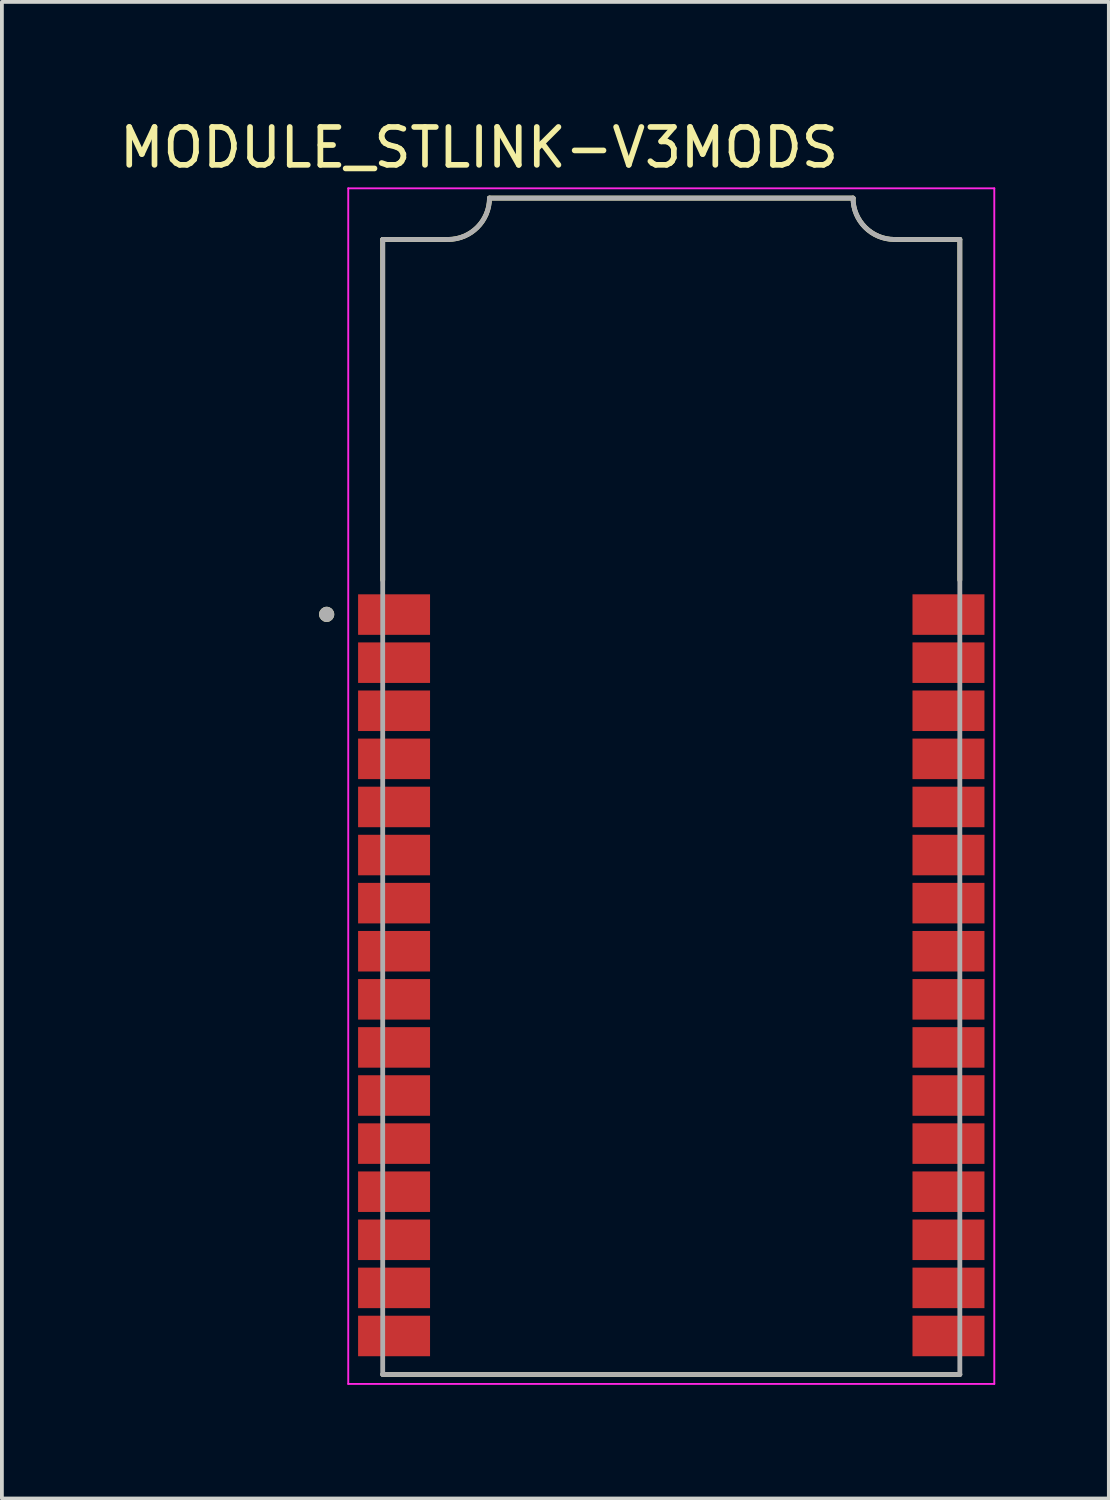
<source format=kicad_pcb>
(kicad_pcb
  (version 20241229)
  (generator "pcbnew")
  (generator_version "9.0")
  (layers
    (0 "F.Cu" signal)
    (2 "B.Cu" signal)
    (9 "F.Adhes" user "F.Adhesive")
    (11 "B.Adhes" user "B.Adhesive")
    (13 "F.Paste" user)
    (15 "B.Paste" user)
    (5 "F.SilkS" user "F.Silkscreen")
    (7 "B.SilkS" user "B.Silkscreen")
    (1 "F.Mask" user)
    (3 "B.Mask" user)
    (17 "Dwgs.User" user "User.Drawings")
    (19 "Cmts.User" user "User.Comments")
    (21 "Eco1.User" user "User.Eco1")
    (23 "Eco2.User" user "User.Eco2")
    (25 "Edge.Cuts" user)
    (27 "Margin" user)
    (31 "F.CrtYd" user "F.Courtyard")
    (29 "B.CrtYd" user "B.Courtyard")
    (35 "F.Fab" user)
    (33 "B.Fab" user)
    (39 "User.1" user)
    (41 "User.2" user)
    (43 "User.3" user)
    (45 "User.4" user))
  (footprint "MODULE_STLINK-V3MODS"
    (layer "F.Cu")
    (at 14.676 3.273)
    (property "Reference" "MODULE_STLINK-V3MODS" (at -5.075 -2.425 0) (layer "F.SilkS") (effects (font (size 1 1) (thickness 0.15))))
    (attr smd)
    (fp_line (start -7.62 0) (end -5.893 0) (stroke (width 0.127) (type solid)) (layer "F.SilkS"))
    (fp_line (start -7.62 8.995) (end -7.62 0) (stroke (width 0.127) (type solid)) (layer "F.SilkS"))
    (fp_line (start -7.62 29.972) (end 7.62 29.972) (stroke (width 0.127) (type solid)) (layer "F.SilkS"))
    (fp_line (start -4.801 -1.092) (end 4.801 -1.092) (stroke (width 0.127) (type solid)) (layer "F.SilkS"))
    (fp_line (start 5.893 0) (end 7.62 0) (stroke (width 0.127) (type solid)) (layer "F.SilkS"))
    (fp_line (start 7.62 8.995) (end 7.62 0) (stroke (width 0.127) (type solid)) (layer "F.SilkS"))
    (fp_arc (start -4.8006 -1.0922) (mid -5.120498 -0.319898) (end -5.8928 0) (stroke (width 0.127) (type solid)) (layer "F.SilkS"))
    (fp_arc (start 5.8928 0) (mid 5.120498 -0.319898) (end 4.8006 -1.0922) (stroke (width 0.127) (type solid)) (layer "F.SilkS"))
    (fp_circle (center -9.1 9.9) (end -9 9.9) (stroke (width 0.2) (type solid)) (fill no) (layer "F.SilkS"))
    (fp_line (start -8.53 -1.35) (end 8.53 -1.35) (stroke (width 0.05) (type solid)) (layer "F.CrtYd"))
    (fp_line (start -8.53 30.222) (end -8.53 -1.35) (stroke (width 0.05) (type solid)) (layer "F.CrtYd"))
    (fp_line (start 8.53 -1.35) (end 8.53 30.222) (stroke (width 0.05) (type solid)) (layer "F.CrtYd"))
    (fp_line (start 8.53 30.222) (end -8.53 30.222) (stroke (width 0.05) (type solid)) (layer "F.CrtYd"))
    (fp_line (start -7.62 0) (end -5.893 0) (stroke (width 0.127) (type solid)) (layer "F.Fab"))
    (fp_line (start -7.62 29.972) (end -7.62 0) (stroke (width 0.127) (type solid)) (layer "F.Fab"))
    (fp_line (start -7.62 29.972) (end 7.62 29.972) (stroke (width 0.127) (type solid)) (layer "F.Fab"))
    (fp_line (start -4.801 -1.092) (end 4.801 -1.092) (stroke (width 0.127) (type solid)) (layer "F.Fab"))
    (fp_line (start 5.893 0) (end 7.62 0) (stroke (width 0.127) (type solid)) (layer "F.Fab"))
    (fp_line (start 7.62 29.972) (end 7.62 0) (stroke (width 0.127) (type solid)) (layer "F.Fab"))
    (fp_arc (start -4.8006 -1.0922) (mid -5.120498 -0.319898) (end -5.8928 0) (stroke (width 0.127) (type solid)) (layer "F.Fab"))
    (fp_arc (start 5.8928 0) (mid 5.120498 -0.319898) (end 4.8006 -1.0922) (stroke (width 0.127) (type solid)) (layer "F.Fab"))
    (fp_circle (center -9.1 9.9) (end -9 9.9) (stroke (width 0.2) (type solid)) (fill no) (layer "F.Fab"))
    (pad "1" smd rect (at -7.32 9.906) (size 1.9 1.07) (layers "F.Cu" "F.Mask" "F.Paste"))
    (pad "2" smd rect (at -7.32 11.176) (size 1.9 1.07) (layers "F.Cu" "F.Mask" "F.Paste"))
    (pad "3" smd rect (at -7.32 12.446) (size 1.9 1.07) (layers "F.Cu" "F.Mask" "F.Paste"))
    (pad "4" smd rect (at -7.32 13.716) (size 1.9 1.07) (layers "F.Cu" "F.Mask" "F.Paste"))
    (pad "5" smd rect (at -7.32 14.986) (size 1.9 1.07) (layers "F.Cu" "F.Mask" "F.Paste"))
    (pad "6" smd rect (at -7.32 16.256) (size 1.9 1.07) (layers "F.Cu" "F.Mask" "F.Paste"))
    (pad "7" smd rect (at -7.32 17.526) (size 1.9 1.07) (layers "F.Cu" "F.Mask" "F.Paste"))
    (pad "8" smd rect (at -7.32 18.796) (size 1.9 1.07) (layers "F.Cu" "F.Mask" "F.Paste"))
    (pad "9" smd rect (at -7.32 20.066) (size 1.9 1.07) (layers "F.Cu" "F.Mask" "F.Paste"))
    (pad "10" smd rect (at -7.32 21.336) (size 1.9 1.07) (layers "F.Cu" "F.Mask" "F.Paste"))
    (pad "11" smd rect (at -7.32 22.606) (size 1.9 1.07) (layers "F.Cu" "F.Mask" "F.Paste"))
    (pad "12" smd rect (at -7.32 23.876) (size 1.9 1.07) (layers "F.Cu" "F.Mask" "F.Paste"))
    (pad "13" smd rect (at -7.32 25.146) (size 1.9 1.07) (layers "F.Cu" "F.Mask" "F.Paste"))
    (pad "14" smd rect (at -7.32 26.416) (size 1.9 1.07) (layers "F.Cu" "F.Mask" "F.Paste"))
    (pad "15" smd rect (at -7.32 27.686) (size 1.9 1.07) (layers "F.Cu" "F.Mask" "F.Paste"))
    (pad "16" smd rect (at -7.32 28.956) (size 1.9 1.07) (layers "F.Cu" "F.Mask" "F.Paste"))
    (pad "17" smd rect (at 7.32 28.956 180) (size 1.9 1.07) (layers "F.Cu" "F.Mask" "F.Paste"))
    (pad "18" smd rect (at 7.32 27.686 180) (size 1.9 1.07) (layers "F.Cu" "F.Mask" "F.Paste"))
    (pad "19" smd rect (at 7.32 26.416 180) (size 1.9 1.07) (layers "F.Cu" "F.Mask" "F.Paste"))
    (pad "20" smd rect (at 7.32 25.146 180) (size 1.9 1.07) (layers "F.Cu" "F.Mask" "F.Paste"))
    (pad "21" smd rect (at 7.32 23.876 180) (size 1.9 1.07) (layers "F.Cu" "F.Mask" "F.Paste"))
    (pad "22" smd rect (at 7.32 22.606 180) (size 1.9 1.07) (layers "F.Cu" "F.Mask" "F.Paste"))
    (pad "23" smd rect (at 7.32 21.336 180) (size 1.9 1.07) (layers "F.Cu" "F.Mask" "F.Paste"))
    (pad "24" smd rect (at 7.32 20.066 180) (size 1.9 1.07) (layers "F.Cu" "F.Mask" "F.Paste"))
    (pad "25" smd rect (at 7.32 18.796 180) (size 1.9 1.07) (layers "F.Cu" "F.Mask" "F.Paste"))
    (pad "26" smd rect (at 7.32 17.526 180) (size 1.9 1.07) (layers "F.Cu" "F.Mask" "F.Paste"))
    (pad "27" smd rect (at 7.32 16.256 180) (size 1.9 1.07) (layers "F.Cu" "F.Mask" "F.Paste"))
    (pad "28" smd rect (at 7.32 14.986 180) (size 1.9 1.07) (layers "F.Cu" "F.Mask" "F.Paste"))
    (pad "29" smd rect (at 7.32 13.716 180) (size 1.9 1.07) (layers "F.Cu" "F.Mask" "F.Paste"))
    (pad "30" smd rect (at 7.32 12.446 180) (size 1.9 1.07) (layers "F.Cu" "F.Mask" "F.Paste"))
    (pad "31" smd rect (at 7.32 11.176 180) (size 1.9 1.07) (layers "F.Cu" "F.Mask" "F.Paste"))
    (pad "32" smd rect (at 7.32 9.906 180) (size 1.9 1.07) (layers "F.Cu" "F.Mask" "F.Paste")))
  (gr_rect
    (start -3 -3)
    (end 26.231 36.52)
    (stroke (width 0.1) (type default))
    (fill no)
    (layer "Edge.Cuts")))
</source>
